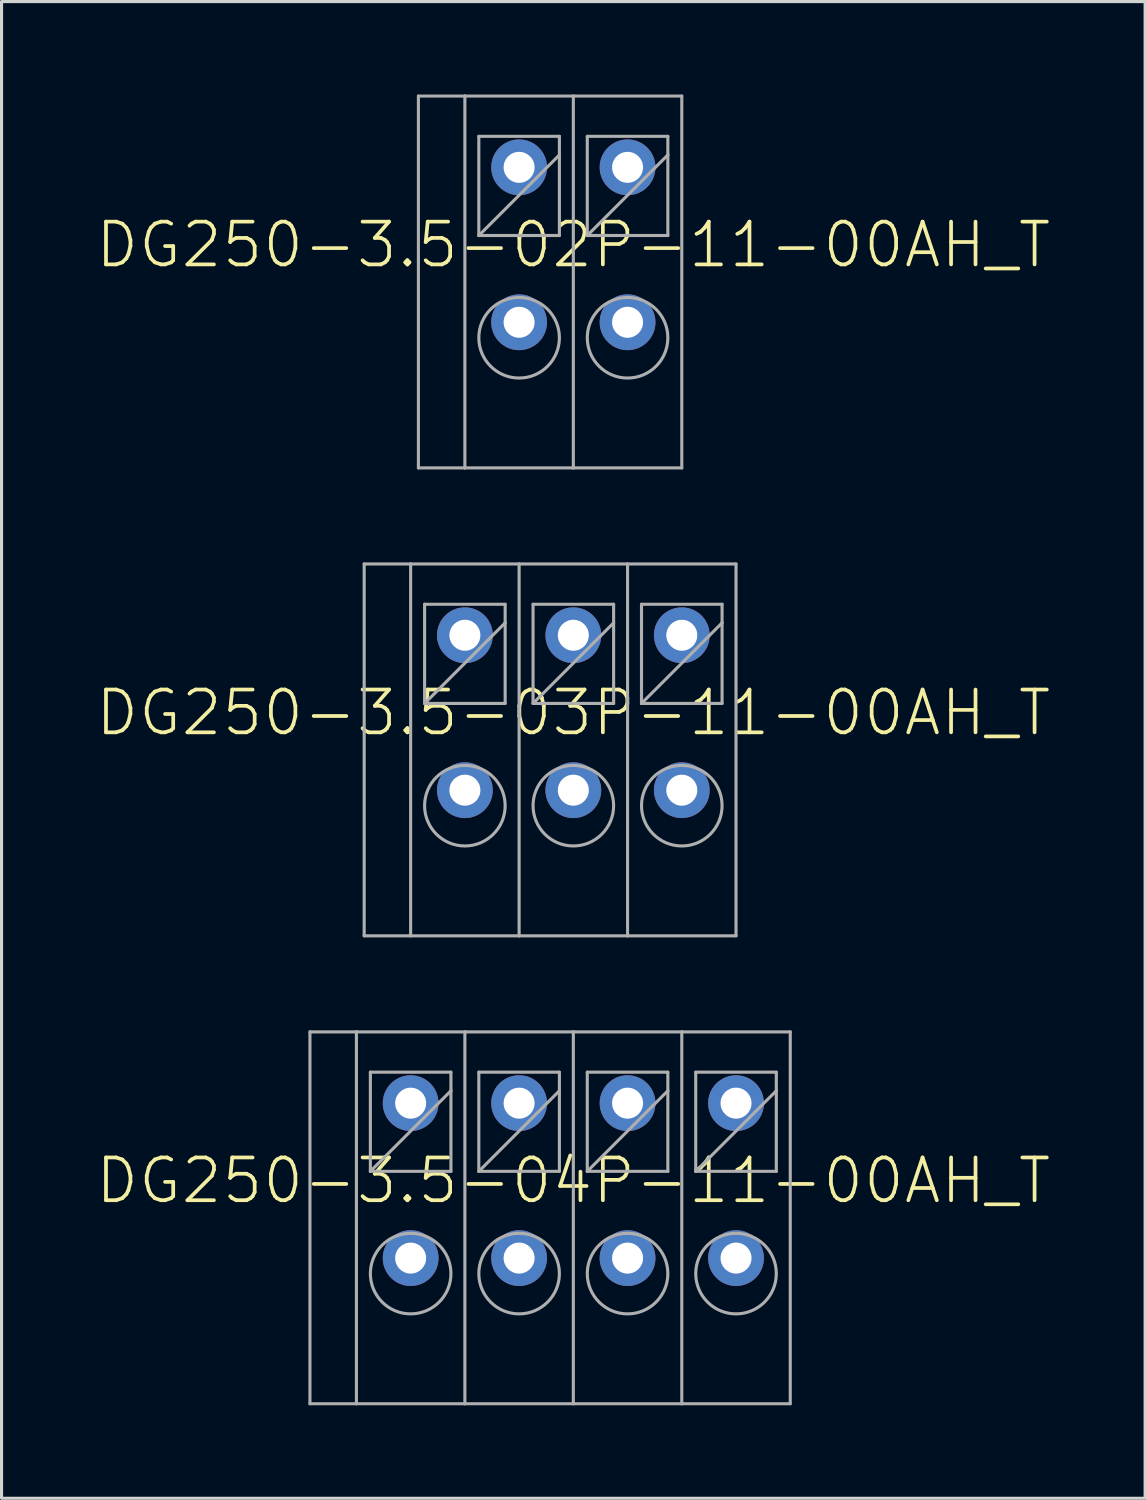
<source format=kicad_pcb>
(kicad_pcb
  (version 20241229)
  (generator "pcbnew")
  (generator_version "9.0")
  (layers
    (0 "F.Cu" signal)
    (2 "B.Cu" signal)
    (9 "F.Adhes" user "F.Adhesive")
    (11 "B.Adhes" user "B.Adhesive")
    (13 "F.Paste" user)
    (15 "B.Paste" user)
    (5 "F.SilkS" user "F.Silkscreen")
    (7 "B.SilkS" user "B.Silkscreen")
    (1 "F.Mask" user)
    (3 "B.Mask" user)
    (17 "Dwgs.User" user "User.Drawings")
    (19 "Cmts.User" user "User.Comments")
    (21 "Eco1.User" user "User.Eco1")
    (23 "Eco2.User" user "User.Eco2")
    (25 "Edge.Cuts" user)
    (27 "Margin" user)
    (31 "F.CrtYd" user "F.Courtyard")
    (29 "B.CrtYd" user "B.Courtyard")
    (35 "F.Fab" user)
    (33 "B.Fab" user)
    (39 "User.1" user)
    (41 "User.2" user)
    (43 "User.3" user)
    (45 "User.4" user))
  (footprint "DG250-3.5-03P-11-00AH_T"
    (layer "F.Cu")
    (at 15.452 19.95)
    (property "Reference" "DG250-3.5-03P-11-00AH_T" (at 0 0 0) (unlocked yes) (layer "F.SilkS") (effects (font (size 1.38 1.38) (thickness 0.12))))
    (fp_line (start -6.75 -4.8) (end -6.75 7.2) (stroke (width 0.1) (type solid)) (layer "F.Fab"))
    (fp_line (start -6.75 -4.8) (end -5.25 -4.8) (stroke (width 0.1) (type solid)) (layer "F.Fab"))
    (fp_line (start -6.75 7.2) (end -5.25 7.2) (stroke (width 0.1) (type solid)) (layer "F.Fab"))
    (fp_line (start -5.25 -4.8) (end -5.25 7.2) (stroke (width 0.1) (type solid)) (layer "F.Fab"))
    (fp_line (start -5.25 -4.8) (end -1.75 -4.8) (stroke (width 0.1) (type solid)) (layer "F.Fab"))
    (fp_line (start -5.25 7.2) (end -1.75 7.2) (stroke (width 0.1) (type solid)) (layer "F.Fab"))
    (fp_line (start -4.8 -3.5) (end -4.8 -0.3) (stroke (width 0.1) (type solid)) (layer "F.Fab"))
    (fp_line (start -4.8 -0.3) (end -2.2 -2.9) (stroke (width 0.1) (type solid)) (layer "F.Fab"))
    (fp_line (start -4.8 -0.3) (end -2.2 -0.3) (stroke (width 0.1) (type solid)) (layer "F.Fab"))
    (fp_line (start -2.2 -3.5) (end -4.8 -3.5) (stroke (width 0.1) (type solid)) (layer "F.Fab"))
    (fp_line (start -2.2 -2.9) (end -2.2 -3.5) (stroke (width 0.1) (type solid)) (layer "F.Fab"))
    (fp_line (start -2.2 -0.3) (end -2.2 -2.9) (stroke (width 0.1) (type solid)) (layer "F.Fab"))
    (fp_line (start -1.75 -4.8) (end -1.75 7.2) (stroke (width 0.1) (type solid)) (layer "F.Fab"))
    (fp_line (start -1.75 -4.8) (end 1.75 -4.8) (stroke (width 0.1) (type solid)) (layer "F.Fab"))
    (fp_line (start -1.75 7.2) (end 1.75 7.2) (stroke (width 0.1) (type solid)) (layer "F.Fab"))
    (fp_line (start -1.3 -3.5) (end -1.3 -0.3) (stroke (width 0.1) (type solid)) (layer "F.Fab"))
    (fp_line (start -1.3 -0.3) (end 1.3 -2.9) (stroke (width 0.1) (type solid)) (layer "F.Fab"))
    (fp_line (start -1.3 -0.3) (end 1.3 -0.3) (stroke (width 0.1) (type solid)) (layer "F.Fab"))
    (fp_line (start 1.3 -3.5) (end -1.3 -3.5) (stroke (width 0.1) (type solid)) (layer "F.Fab"))
    (fp_line (start 1.3 -2.9) (end 1.3 -3.5) (stroke (width 0.1) (type solid)) (layer "F.Fab"))
    (fp_line (start 1.3 -0.3) (end 1.3 -2.9) (stroke (width 0.1) (type solid)) (layer "F.Fab"))
    (fp_line (start 1.75 -4.8) (end 1.75 7.2) (stroke (width 0.1) (type solid)) (layer "F.Fab"))
    (fp_line (start 1.75 -4.8) (end 5.25 -4.8) (stroke (width 0.1) (type solid)) (layer "F.Fab"))
    (fp_line (start 1.75 7.2) (end 5.25 7.2) (stroke (width 0.1) (type solid)) (layer "F.Fab"))
    (fp_line (start 2.2 -3.5) (end 2.2 -0.3) (stroke (width 0.1) (type solid)) (layer "F.Fab"))
    (fp_line (start 2.2 -0.3) (end 4.8 -2.9) (stroke (width 0.1) (type solid)) (layer "F.Fab"))
    (fp_line (start 2.2 -0.3) (end 4.8 -0.3) (stroke (width 0.1) (type solid)) (layer "F.Fab"))
    (fp_line (start 4.8 -3.5) (end 2.2 -3.5) (stroke (width 0.1) (type solid)) (layer "F.Fab"))
    (fp_line (start 4.8 -2.9) (end 4.8 -3.5) (stroke (width 0.1) (type solid)) (layer "F.Fab"))
    (fp_line (start 4.8 -0.3) (end 4.8 -2.9) (stroke (width 0.1) (type solid)) (layer "F.Fab"))
    (fp_line (start 5.25 -4.8) (end 5.25 7.2) (stroke (width 0.1) (type solid)) (layer "F.Fab"))
    (fp_circle (center -3.5 3) (end -2.2 3) (stroke (width 0.1) (type solid)) (fill no) (layer "F.Fab"))
    (fp_circle (center 0 3) (end 1.3 3) (stroke (width 0.1) (type solid)) (fill no) (layer "F.Fab"))
    (fp_circle (center 3.5 3) (end 4.8 3) (stroke (width 0.1) (type solid)) (fill no) (layer "F.Fab"))
    (pad "1A" thru_hole circle (at -3.5 -2.5) (size 1.8 1.8) (drill 1) (layers "*.Cu" "*.Mask"))
    (pad "1B" thru_hole circle (at -3.5 2.5) (size 1.8 1.8) (drill 1) (layers "*.Cu" "*.Mask"))
    (pad "2A" thru_hole circle (at 0 -2.5) (size 1.8 1.8) (drill 1) (layers "*.Cu" "*.Mask"))
    (pad "2B" thru_hole circle (at 0 2.5) (size 1.8 1.8) (drill 1) (layers "*.Cu" "*.Mask"))
    (pad "3A" thru_hole circle (at 3.5 -2.5) (size 1.8 1.8) (drill 1) (layers "*.Cu" "*.Mask"))
    (pad "3B" thru_hole circle (at 3.5 2.5) (size 1.8 1.8) (drill 1) (layers "*.Cu" "*.Mask")))
  (footprint "DG250-3.5-04P-11-00AH_T"
    (layer "F.Cu")
    (at 15.452 35.05)
    (property "Reference" "DG250-3.5-04P-11-00AH_T" (at 0 0 0) (unlocked yes) (layer "F.SilkS") (effects (font (size 1.38 1.38) (thickness 0.12))))
    (fp_line (start -8.5 -4.8) (end -8.5 7.2) (stroke (width 0.1) (type solid)) (layer "F.Fab"))
    (fp_line (start -8.5 -4.8) (end -7 -4.8) (stroke (width 0.1) (type solid)) (layer "F.Fab"))
    (fp_line (start -8.5 7.2) (end -7 7.2) (stroke (width 0.1) (type solid)) (layer "F.Fab"))
    (fp_line (start -7 -4.8) (end -7 7.2) (stroke (width 0.1) (type solid)) (layer "F.Fab"))
    (fp_line (start -7 -4.8) (end -3.5 -4.8) (stroke (width 0.1) (type solid)) (layer "F.Fab"))
    (fp_line (start -7 7.2) (end -3.5 7.2) (stroke (width 0.1) (type solid)) (layer "F.Fab"))
    (fp_line (start -6.55 -3.5) (end -6.55 -0.3) (stroke (width 0.1) (type solid)) (layer "F.Fab"))
    (fp_line (start -6.55 -0.3) (end -3.95 -2.9) (stroke (width 0.1) (type solid)) (layer "F.Fab"))
    (fp_line (start -6.55 -0.3) (end -3.95 -0.3) (stroke (width 0.1) (type solid)) (layer "F.Fab"))
    (fp_line (start -3.95 -3.5) (end -6.55 -3.5) (stroke (width 0.1) (type solid)) (layer "F.Fab"))
    (fp_line (start -3.95 -2.9) (end -3.95 -3.5) (stroke (width 0.1) (type solid)) (layer "F.Fab"))
    (fp_line (start -3.95 -0.3) (end -3.95 -2.9) (stroke (width 0.1) (type solid)) (layer "F.Fab"))
    (fp_line (start -3.5 -4.8) (end -3.5 7.2) (stroke (width 0.1) (type solid)) (layer "F.Fab"))
    (fp_line (start -3.5 -4.8) (end 0 -4.8) (stroke (width 0.1) (type solid)) (layer "F.Fab"))
    (fp_line (start -3.5 7.2) (end 0 7.2) (stroke (width 0.1) (type solid)) (layer "F.Fab"))
    (fp_line (start -3.05 -3.5) (end -3.05 -0.3) (stroke (width 0.1) (type solid)) (layer "F.Fab"))
    (fp_line (start -3.05 -0.3) (end -0.45 -2.9) (stroke (width 0.1) (type solid)) (layer "F.Fab"))
    (fp_line (start -3.05 -0.3) (end -0.45 -0.3) (stroke (width 0.1) (type solid)) (layer "F.Fab"))
    (fp_line (start -0.45 -3.5) (end -3.05 -3.5) (stroke (width 0.1) (type solid)) (layer "F.Fab"))
    (fp_line (start -0.45 -2.9) (end -0.45 -3.5) (stroke (width 0.1) (type solid)) (layer "F.Fab"))
    (fp_line (start -0.45 -0.3) (end -0.45 -2.9) (stroke (width 0.1) (type solid)) (layer "F.Fab"))
    (fp_line (start 0 -4.8) (end 0 7.2) (stroke (width 0.1) (type solid)) (layer "F.Fab"))
    (fp_line (start 0 -4.8) (end 3.5 -4.8) (stroke (width 0.1) (type solid)) (layer "F.Fab"))
    (fp_line (start 0 7.2) (end 3.5 7.2) (stroke (width 0.1) (type solid)) (layer "F.Fab"))
    (fp_line (start 0.45 -3.5) (end 0.45 -0.3) (stroke (width 0.1) (type solid)) (layer "F.Fab"))
    (fp_line (start 0.45 -0.3) (end 3.05 -2.9) (stroke (width 0.1) (type solid)) (layer "F.Fab"))
    (fp_line (start 0.45 -0.3) (end 3.05 -0.3) (stroke (width 0.1) (type solid)) (layer "F.Fab"))
    (fp_line (start 3.05 -3.5) (end 0.45 -3.5) (stroke (width 0.1) (type solid)) (layer "F.Fab"))
    (fp_line (start 3.05 -2.9) (end 3.05 -3.5) (stroke (width 0.1) (type solid)) (layer "F.Fab"))
    (fp_line (start 3.05 -0.3) (end 3.05 -2.9) (stroke (width 0.1) (type solid)) (layer "F.Fab"))
    (fp_line (start 3.5 -4.8) (end 3.5 7.2) (stroke (width 0.1) (type solid)) (layer "F.Fab"))
    (fp_line (start 3.5 -4.8) (end 7 -4.8) (stroke (width 0.1) (type solid)) (layer "F.Fab"))
    (fp_line (start 3.5 7.2) (end 7 7.2) (stroke (width 0.1) (type solid)) (layer "F.Fab"))
    (fp_line (start 3.95 -3.5) (end 3.95 -0.3) (stroke (width 0.1) (type solid)) (layer "F.Fab"))
    (fp_line (start 3.95 -0.3) (end 6.55 -2.9) (stroke (width 0.1) (type solid)) (layer "F.Fab"))
    (fp_line (start 3.95 -0.3) (end 6.55 -0.3) (stroke (width 0.1) (type solid)) (layer "F.Fab"))
    (fp_line (start 6.55 -3.5) (end 3.95 -3.5) (stroke (width 0.1) (type solid)) (layer "F.Fab"))
    (fp_line (start 6.55 -2.9) (end 6.55 -3.5) (stroke (width 0.1) (type solid)) (layer "F.Fab"))
    (fp_line (start 6.55 -0.3) (end 6.55 -2.9) (stroke (width 0.1) (type solid)) (layer "F.Fab"))
    (fp_line (start 7 -4.8) (end 7 7.2) (stroke (width 0.1) (type solid)) (layer "F.Fab"))
    (fp_circle (center -5.25 3) (end -3.95 3) (stroke (width 0.1) (type solid)) (fill no) (layer "F.Fab"))
    (fp_circle (center -1.75 3) (end -0.45 3) (stroke (width 0.1) (type solid)) (fill no) (layer "F.Fab"))
    (fp_circle (center 1.75 3) (end 3.05 3) (stroke (width 0.1) (type solid)) (fill no) (layer "F.Fab"))
    (fp_circle (center 5.25 3) (end 6.55 3) (stroke (width 0.1) (type solid)) (fill no) (layer "F.Fab"))
    (pad "1A" thru_hole circle (at -5.25 -2.5) (size 1.8 1.8) (drill 1) (layers "*.Cu" "*.Mask"))
    (pad "1B" thru_hole circle (at -5.25 2.5) (size 1.8 1.8) (drill 1) (layers "*.Cu" "*.Mask"))
    (pad "2A" thru_hole circle (at -1.75 -2.5) (size 1.8 1.8) (drill 1) (layers "*.Cu" "*.Mask"))
    (pad "2B" thru_hole circle (at -1.75 2.5) (size 1.8 1.8) (drill 1) (layers "*.Cu" "*.Mask"))
    (pad "3A" thru_hole circle (at 1.75 -2.5) (size 1.8 1.8) (drill 1) (layers "*.Cu" "*.Mask"))
    (pad "3B" thru_hole circle (at 1.75 2.5) (size 1.8 1.8) (drill 1) (layers "*.Cu" "*.Mask"))
    (pad "4A" thru_hole circle (at 5.25 -2.5) (size 1.8 1.8) (drill 1) (layers "*.Cu" "*.Mask"))
    (pad "4B" thru_hole circle (at 5.25 2.5) (size 1.8 1.8) (drill 1) (layers "*.Cu" "*.Mask")))
  (footprint "DG250-3.5-02P-11-00AH_T"
    (layer "F.Cu")
    (at 15.452 4.85)
    (property "Reference" "DG250-3.5-02P-11-00AH_T" (at 0 0 0) (unlocked yes) (layer "F.SilkS") (effects (font (size 1.38 1.38) (thickness 0.12))))
    (fp_line (start -5 -4.8) (end -5 7.2) (stroke (width 0.1) (type solid)) (layer "F.Fab"))
    (fp_line (start -5 -4.8) (end -3.5 -4.8) (stroke (width 0.1) (type solid)) (layer "F.Fab"))
    (fp_line (start -5 7.2) (end -3.5 7.2) (stroke (width 0.1) (type solid)) (layer "F.Fab"))
    (fp_line (start -3.5 -4.8) (end -3.5 7.2) (stroke (width 0.1) (type solid)) (layer "F.Fab"))
    (fp_line (start -3.5 -4.8) (end 0 -4.8) (stroke (width 0.1) (type solid)) (layer "F.Fab"))
    (fp_line (start -3.5 7.2) (end 0 7.2) (stroke (width 0.1) (type solid)) (layer "F.Fab"))
    (fp_line (start -3.05 -3.5) (end -3.05 -0.3) (stroke (width 0.1) (type solid)) (layer "F.Fab"))
    (fp_line (start -3.05 -0.3) (end -0.45 -2.9) (stroke (width 0.1) (type solid)) (layer "F.Fab"))
    (fp_line (start -3.05 -0.3) (end -0.45 -0.3) (stroke (width 0.1) (type solid)) (layer "F.Fab"))
    (fp_line (start -0.45 -3.5) (end -3.05 -3.5) (stroke (width 0.1) (type solid)) (layer "F.Fab"))
    (fp_line (start -0.45 -2.9) (end -0.45 -3.5) (stroke (width 0.1) (type solid)) (layer "F.Fab"))
    (fp_line (start -0.45 -0.3) (end -0.45 -2.9) (stroke (width 0.1) (type solid)) (layer "F.Fab"))
    (fp_line (start 0 -4.8) (end 0 7.2) (stroke (width 0.1) (type solid)) (layer "F.Fab"))
    (fp_line (start 0 -4.8) (end 3.5 -4.8) (stroke (width 0.1) (type solid)) (layer "F.Fab"))
    (fp_line (start 0 7.2) (end 3.5 7.2) (stroke (width 0.1) (type solid)) (layer "F.Fab"))
    (fp_line (start 0.45 -3.5) (end 0.45 -0.3) (stroke (width 0.1) (type solid)) (layer "F.Fab"))
    (fp_line (start 0.45 -0.3) (end 3.05 -2.9) (stroke (width 0.1) (type solid)) (layer "F.Fab"))
    (fp_line (start 0.45 -0.3) (end 3.05 -0.3) (stroke (width 0.1) (type solid)) (layer "F.Fab"))
    (fp_line (start 3.05 -3.5) (end 0.45 -3.5) (stroke (width 0.1) (type solid)) (layer "F.Fab"))
    (fp_line (start 3.05 -2.9) (end 3.05 -3.5) (stroke (width 0.1) (type solid)) (layer "F.Fab"))
    (fp_line (start 3.05 -0.3) (end 3.05 -2.9) (stroke (width 0.1) (type solid)) (layer "F.Fab"))
    (fp_line (start 3.5 -4.8) (end 3.5 7.2) (stroke (width 0.1) (type solid)) (layer "F.Fab"))
    (fp_circle (center -1.75 3) (end -0.45 3) (stroke (width 0.1) (type solid)) (fill no) (layer "F.Fab"))
    (fp_circle (center 1.75 3) (end 3.05 3) (stroke (width 0.1) (type solid)) (fill no) (layer "F.Fab"))
    (pad "1A" thru_hole circle (at -1.75 -2.5) (size 1.8 1.8) (drill 1) (layers "*.Cu" "*.Mask"))
    (pad "1B" thru_hole circle (at -1.75 2.5) (size 1.8 1.8) (drill 1) (layers "*.Cu" "*.Mask"))
    (pad "2A" thru_hole circle (at 1.75 -2.5) (size 1.8 1.8) (drill 1) (layers "*.Cu" "*.Mask"))
    (pad "2B" thru_hole circle (at 1.75 2.5) (size 1.8 1.8) (drill 1) (layers "*.Cu" "*.Mask")))
  (gr_rect
    (start -3 -3)
    (end 33.904 45.3)
    (stroke (width 0.1) (type default))
    (fill no)
    (layer "Edge.Cuts")))
</source>
